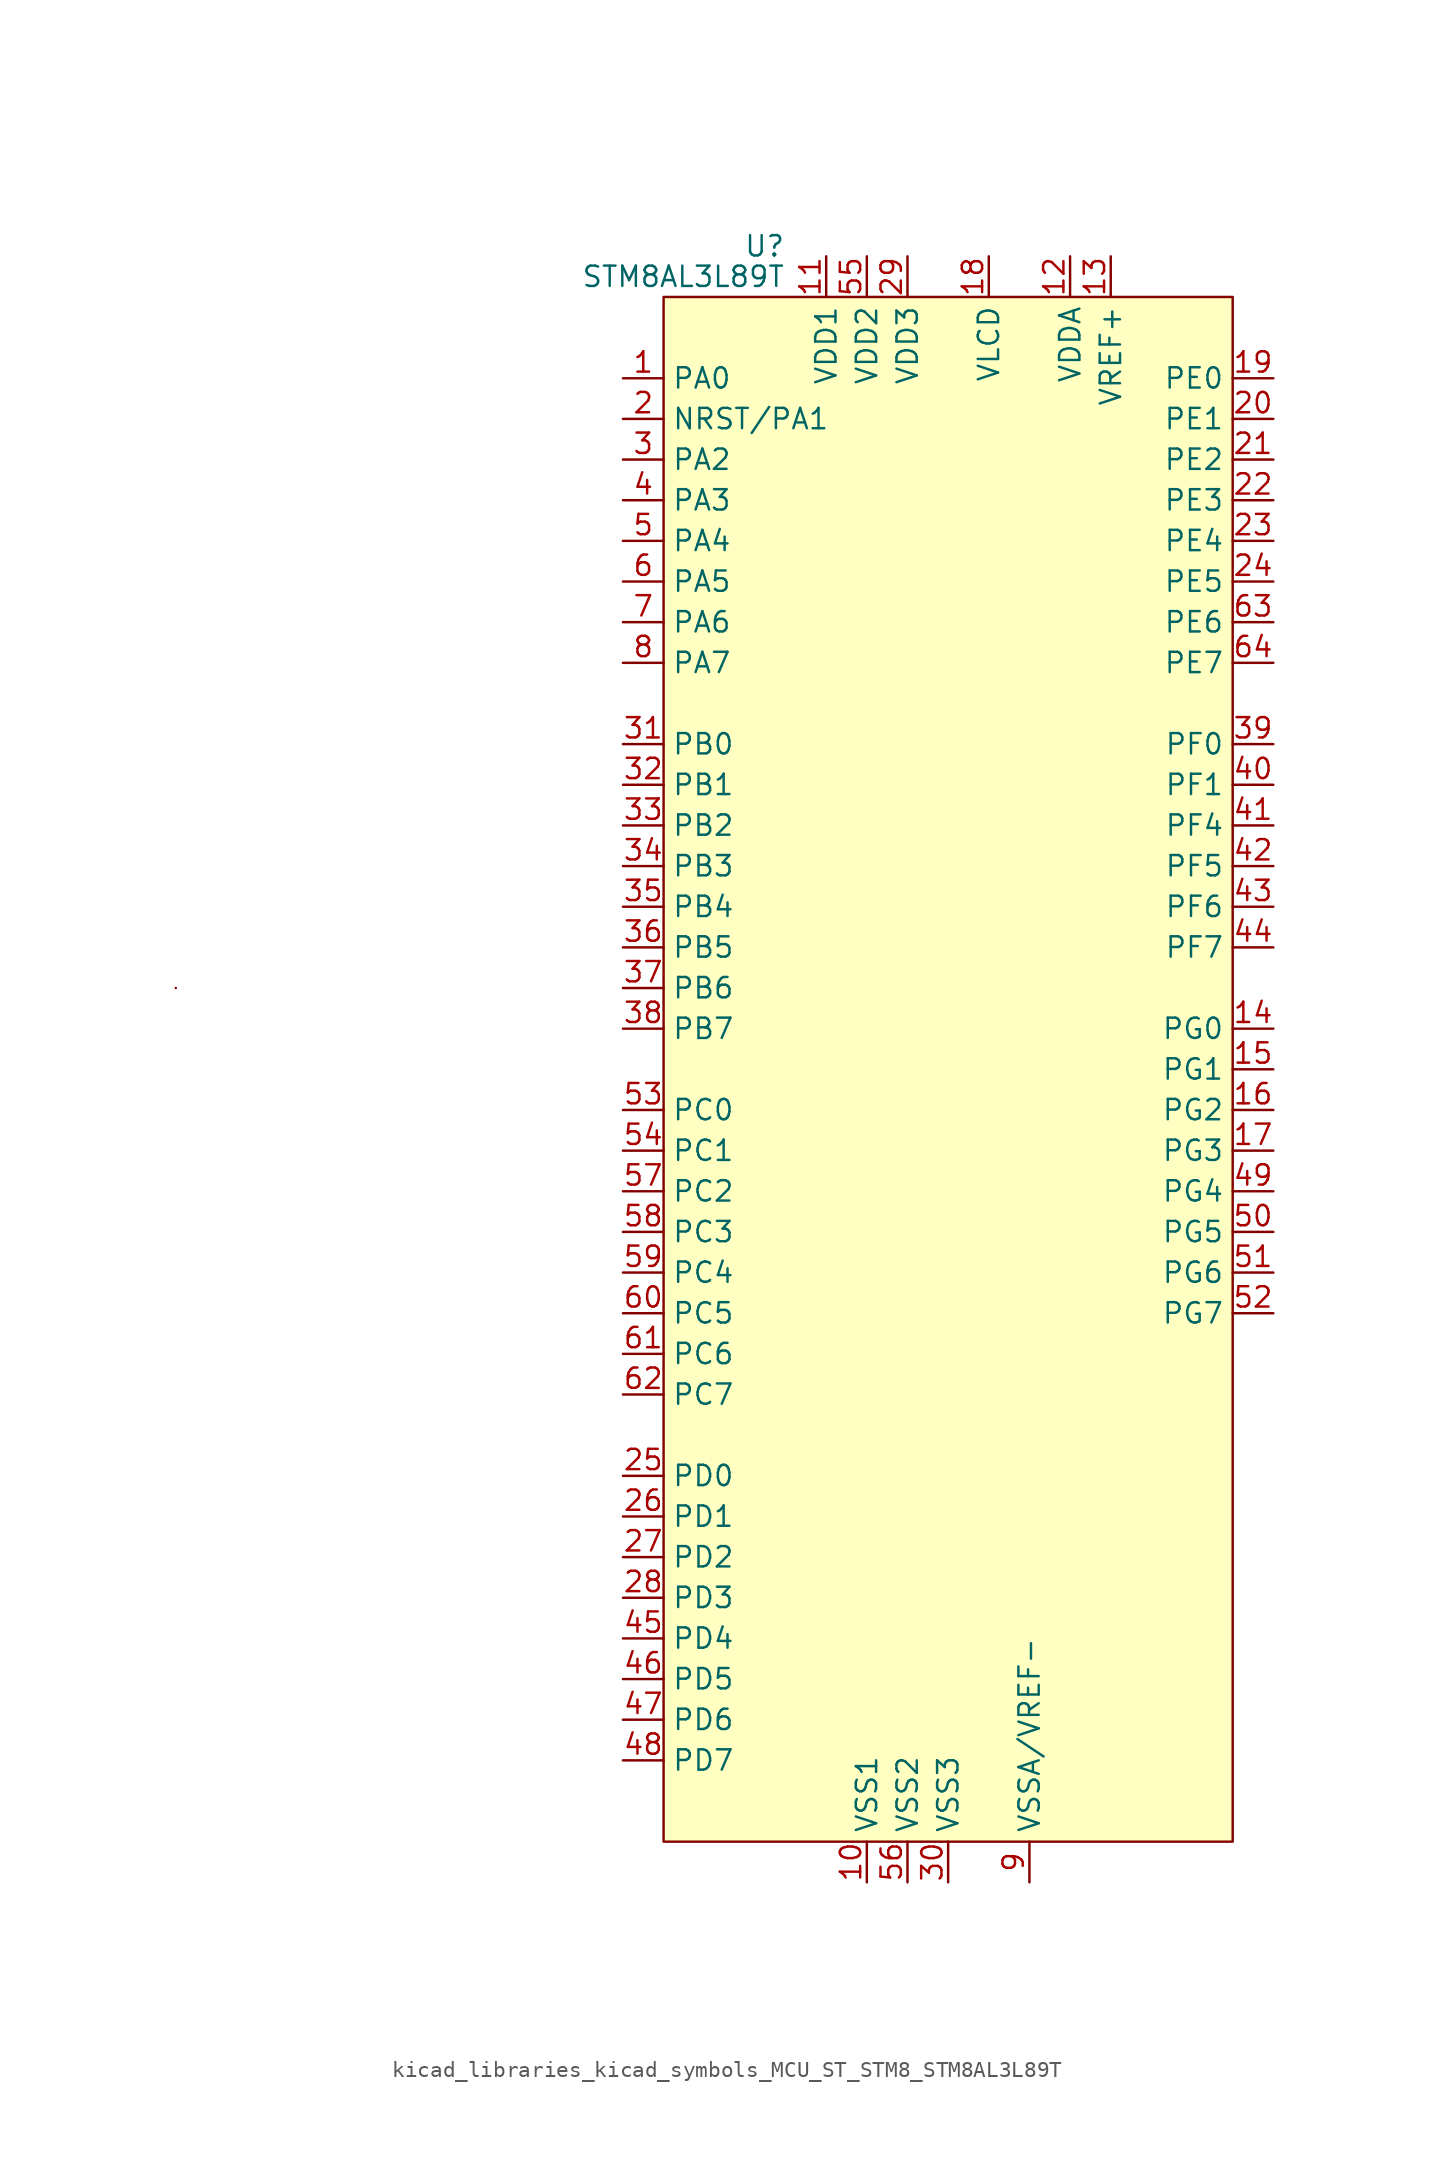
<source format=kicad_sym>
(kicad_symbol_lib
  (version 20220914)
  (generator kicad_symbol_editor)
  (symbol "kicad_libraries_kicad_symbols_MCU_ST_STM8_STM8AL3L89T"
    (property "Reference" "U"
      (at -10.16 51.435 0)
      (effects (font (size 1.27 1.27)) (justify right)))
    (property "Value" "STM8AL3L89T"
      (at -10.16 49.53 0)
      (effects (font (size 1.27 1.27)) (justify right)))
    (symbol "kicad_libraries_kicad_symbols_MCU_ST_STM8_STM8AL3L89T_0_0"
      (pin bidirectional line (at -20.32 43.18 0) (length 2.54) (name "PA0" (effects (font (size 1.27 1.27)))) (number "1" (effects (font (size 1.27 1.27)))))
      (pin power_in line (at -5.08 -50.8 90) (length 2.54) (name "VSS1" (effects (font (size 1.27 1.27)))) (number "10" (effects (font (size 1.27 1.27)))))
      (pin power_in line (at -7.62 50.8 270) (length 2.54) (name "VDD1" (effects (font (size 1.27 1.27)))) (number "11" (effects (font (size 1.27 1.27)))))
      (pin power_in line (at 7.62 50.8 270) (length 2.54) (name "VDDA" (effects (font (size 1.27 1.27)))) (number "12" (effects (font (size 1.27 1.27)))))
      (pin power_in line (at 10.16 50.8 270) (length 2.54) (name "VREF+" (effects (font (size 1.27 1.27)))) (number "13" (effects (font (size 1.27 1.27)))))
      (pin bidirectional line (at 20.32 2.54 180) (length 2.54) (name "PG0" (effects (font (size 1.27 1.27)))) (number "14" (effects (font (size 1.27 1.27)))))
      (pin bidirectional line (at 20.32 0 180) (length 2.54) (name "PG1" (effects (font (size 1.27 1.27)))) (number "15" (effects (font (size 1.27 1.27)))))
      (pin bidirectional line (at 20.32 -2.54 180) (length 2.54) (name "PG2" (effects (font (size 1.27 1.27)))) (number "16" (effects (font (size 1.27 1.27)))))
      (pin bidirectional line (at 20.32 -5.08 180) (length 2.54) (name "PG3" (effects (font (size 1.27 1.27)))) (number "17" (effects (font (size 1.27 1.27)))))
      (pin power_in line (at 2.54 50.8 270) (length 2.54) (name "VLCD" (effects (font (size 1.27 1.27)))) (number "18" (effects (font (size 1.27 1.27)))))
      (pin bidirectional line (at 20.32 43.18 180) (length 2.54) (name "PE0" (effects (font (size 1.27 1.27)))) (number "19" (effects (font (size 1.27 1.27)))))
      (pin bidirectional line (at -20.32 40.64 0) (length 2.54) (name "NRST/PA1" (effects (font (size 1.27 1.27)))) (number "2" (effects (font (size 1.27 1.27)))))
      (pin bidirectional line (at 20.32 40.64 180) (length 2.54) (name "PE1" (effects (font (size 1.27 1.27)))) (number "20" (effects (font (size 1.27 1.27)))))
      (pin bidirectional line (at 20.32 38.1 180) (length 2.54) (name "PE2" (effects (font (size 1.27 1.27)))) (number "21" (effects (font (size 1.27 1.27)))))
      (pin bidirectional line (at 20.32 35.56 180) (length 2.54) (name "PE3" (effects (font (size 1.27 1.27)))) (number "22" (effects (font (size 1.27 1.27)))))
      (pin bidirectional line (at 20.32 33.02 180) (length 2.54) (name "PE4" (effects (font (size 1.27 1.27)))) (number "23" (effects (font (size 1.27 1.27)))))
      (pin bidirectional line (at 20.32 30.48 180) (length 2.54) (name "PE5" (effects (font (size 1.27 1.27)))) (number "24" (effects (font (size 1.27 1.27)))))
      (pin bidirectional line (at -20.32 -25.4 0) (length 2.54) (name "PD0" (effects (font (size 1.27 1.27)))) (number "25" (effects (font (size 1.27 1.27)))))
      (pin bidirectional line (at -20.32 -27.94 0) (length 2.54) (name "PD1" (effects (font (size 1.27 1.27)))) (number "26" (effects (font (size 1.27 1.27)))))
      (pin bidirectional line (at -20.32 -30.48 0) (length 2.54) (name "PD2" (effects (font (size 1.27 1.27)))) (number "27" (effects (font (size 1.27 1.27)))))
      (pin bidirectional line (at -20.32 -33.02 0) (length 2.54) (name "PD3" (effects (font (size 1.27 1.27)))) (number "28" (effects (font (size 1.27 1.27)))))
      (pin power_in line (at -2.54 50.8 270) (length 2.54) (name "VDD3" (effects (font (size 1.27 1.27)))) (number "29" (effects (font (size 1.27 1.27)))))
      (pin bidirectional line (at -20.32 38.1 0) (length 2.54) (name "PA2" (effects (font (size 1.27 1.27)))) (number "3" (effects (font (size 1.27 1.27)))))
      (pin power_in line (at 0 -50.8 90) (length 2.54) (name "VSS3" (effects (font (size 1.27 1.27)))) (number "30" (effects (font (size 1.27 1.27)))))
      (pin bidirectional line (at -20.32 20.32 0) (length 2.54) (name "PB0" (effects (font (size 1.27 1.27)))) (number "31" (effects (font (size 1.27 1.27)))))
      (pin bidirectional line (at -20.32 17.78 0) (length 2.54) (name "PB1" (effects (font (size 1.27 1.27)))) (number "32" (effects (font (size 1.27 1.27)))))
      (pin bidirectional line (at -20.32 15.24 0) (length 2.54) (name "PB2" (effects (font (size 1.27 1.27)))) (number "33" (effects (font (size 1.27 1.27)))))
      (pin bidirectional line (at -20.32 12.7 0) (length 2.54) (name "PB3" (effects (font (size 1.27 1.27)))) (number "34" (effects (font (size 1.27 1.27)))))
      (pin bidirectional line (at -20.32 10.16 0) (length 2.54) (name "PB4" (effects (font (size 1.27 1.27)))) (number "35" (effects (font (size 1.27 1.27)))))
      (pin bidirectional line (at -20.32 7.62 0) (length 2.54) (name "PB5" (effects (font (size 1.27 1.27)))) (number "36" (effects (font (size 1.27 1.27)))))
      (pin bidirectional line (at -20.32 5.08 0) (length 2.54) (name "PB6" (effects (font (size 1.27 1.27)))) (number "37" (effects (font (size 1.27 1.27)))))
      (pin bidirectional line (at -20.32 2.54 0) (length 2.54) (name "PB7" (effects (font (size 1.27 1.27)))) (number "38" (effects (font (size 1.27 1.27)))))
      (pin bidirectional line (at 20.32 20.32 180) (length 2.54) (name "PF0" (effects (font (size 1.27 1.27)))) (number "39" (effects (font (size 1.27 1.27)))))
      (pin bidirectional line (at -20.32 35.56 0) (length 2.54) (name "PA3" (effects (font (size 1.27 1.27)))) (number "4" (effects (font (size 1.27 1.27)))))
      (pin bidirectional line (at 20.32 17.78 180) (length 2.54) (name "PF1" (effects (font (size 1.27 1.27)))) (number "40" (effects (font (size 1.27 1.27)))))
      (pin bidirectional line (at 20.32 15.24 180) (length 2.54) (name "PF4" (effects (font (size 1.27 1.27)))) (number "41" (effects (font (size 1.27 1.27)))))
      (pin bidirectional line (at 20.32 12.7 180) (length 2.54) (name "PF5" (effects (font (size 1.27 1.27)))) (number "42" (effects (font (size 1.27 1.27)))))
      (pin bidirectional line (at 20.32 10.16 180) (length 2.54) (name "PF6" (effects (font (size 1.27 1.27)))) (number "43" (effects (font (size 1.27 1.27)))))
      (pin bidirectional line (at 20.32 7.62 180) (length 2.54) (name "PF7" (effects (font (size 1.27 1.27)))) (number "44" (effects (font (size 1.27 1.27)))))
      (pin bidirectional line (at -20.32 -35.56 0) (length 2.54) (name "PD4" (effects (font (size 1.27 1.27)))) (number "45" (effects (font (size 1.27 1.27)))))
      (pin bidirectional line (at -20.32 -38.1 0) (length 2.54) (name "PD5" (effects (font (size 1.27 1.27)))) (number "46" (effects (font (size 1.27 1.27)))))
      (pin bidirectional line (at -20.32 -40.64 0) (length 2.54) (name "PD6" (effects (font (size 1.27 1.27)))) (number "47" (effects (font (size 1.27 1.27)))))
      (pin bidirectional line (at -20.32 -43.18 0) (length 2.54) (name "PD7" (effects (font (size 1.27 1.27)))) (number "48" (effects (font (size 1.27 1.27)))))
      (pin bidirectional line (at 20.32 -7.62 180) (length 2.54) (name "PG4" (effects (font (size 1.27 1.27)))) (number "49" (effects (font (size 1.27 1.27)))))
      (pin bidirectional line (at -20.32 33.02 0) (length 2.54) (name "PA4" (effects (font (size 1.27 1.27)))) (number "5" (effects (font (size 1.27 1.27)))))
      (pin bidirectional line (at 20.32 -10.16 180) (length 2.54) (name "PG5" (effects (font (size 1.27 1.27)))) (number "50" (effects (font (size 1.27 1.27)))))
      (pin bidirectional line (at 20.32 -12.7 180) (length 2.54) (name "PG6" (effects (font (size 1.27 1.27)))) (number "51" (effects (font (size 1.27 1.27)))))
      (pin bidirectional line (at 20.32 -15.24 180) (length 2.54) (name "PG7" (effects (font (size 1.27 1.27)))) (number "52" (effects (font (size 1.27 1.27)))))
      (pin bidirectional line (at -20.32 -2.54 0) (length 2.54) (name "PC0" (effects (font (size 1.27 1.27)))) (number "53" (effects (font (size 1.27 1.27)))))
      (pin bidirectional line (at -20.32 -5.08 0) (length 2.54) (name "PC1" (effects (font (size 1.27 1.27)))) (number "54" (effects (font (size 1.27 1.27)))))
      (pin power_in line (at -5.08 50.8 270) (length 2.54) (name "VDD2" (effects (font (size 1.27 1.27)))) (number "55" (effects (font (size 1.27 1.27)))))
      (pin power_in line (at -2.54 -50.8 90) (length 2.54) (name "VSS2" (effects (font (size 1.27 1.27)))) (number "56" (effects (font (size 1.27 1.27)))))
      (pin bidirectional line (at -20.32 -7.62 0) (length 2.54) (name "PC2" (effects (font (size 1.27 1.27)))) (number "57" (effects (font (size 1.27 1.27)))))
      (pin bidirectional line (at -20.32 -10.16 0) (length 2.54) (name "PC3" (effects (font (size 1.27 1.27)))) (number "58" (effects (font (size 1.27 1.27)))))
      (pin bidirectional line (at -20.32 -12.7 0) (length 2.54) (name "PC4" (effects (font (size 1.27 1.27)))) (number "59" (effects (font (size 1.27 1.27)))))
      (pin bidirectional line (at -20.32 30.48 0) (length 2.54) (name "PA5" (effects (font (size 1.27 1.27)))) (number "6" (effects (font (size 1.27 1.27)))))
      (pin bidirectional line (at -20.32 -15.24 0) (length 2.54) (name "PC5" (effects (font (size 1.27 1.27)))) (number "60" (effects (font (size 1.27 1.27)))))
      (pin bidirectional line (at -20.32 -17.78 0) (length 2.54) (name "PC6" (effects (font (size 1.27 1.27)))) (number "61" (effects (font (size 1.27 1.27)))))
      (pin bidirectional line (at -20.32 -20.32 0) (length 2.54) (name "PC7" (effects (font (size 1.27 1.27)))) (number "62" (effects (font (size 1.27 1.27)))))
      (pin bidirectional line (at 20.32 27.94 180) (length 2.54) (name "PE6" (effects (font (size 1.27 1.27)))) (number "63" (effects (font (size 1.27 1.27)))))
      (pin bidirectional line (at 20.32 25.4 180) (length 2.54) (name "PE7" (effects (font (size 1.27 1.27)))) (number "64" (effects (font (size 1.27 1.27)))))
      (pin bidirectional line (at -20.32 27.94 0) (length 2.54) (name "PA6" (effects (font (size 1.27 1.27)))) (number "7" (effects (font (size 1.27 1.27)))))
      (pin bidirectional line (at -20.32 25.4 0) (length 2.54) (name "PA7" (effects (font (size 1.27 1.27)))) (number "8" (effects (font (size 1.27 1.27)))))
      (pin power_in line (at 5.08 -50.8 90) (length 2.54) (name "VSSA/VREF-" (effects (font (size 1.27 1.27)))) (number "9" (effects (font (size 1.27 1.27))))))
    (symbol "kicad_libraries_kicad_symbols_MCU_ST_STM8_STM8AL3L89T_0_1"
      (rectangle (start -48.26 5.08) (end -48.26 5.08) (stroke (width 0.152) (type default)) (fill (type none)))
      (rectangle (start -17.78 48.26) (end 17.78 -48.26) (stroke (width 0) (type default)) (fill (type background))))))
</source>
